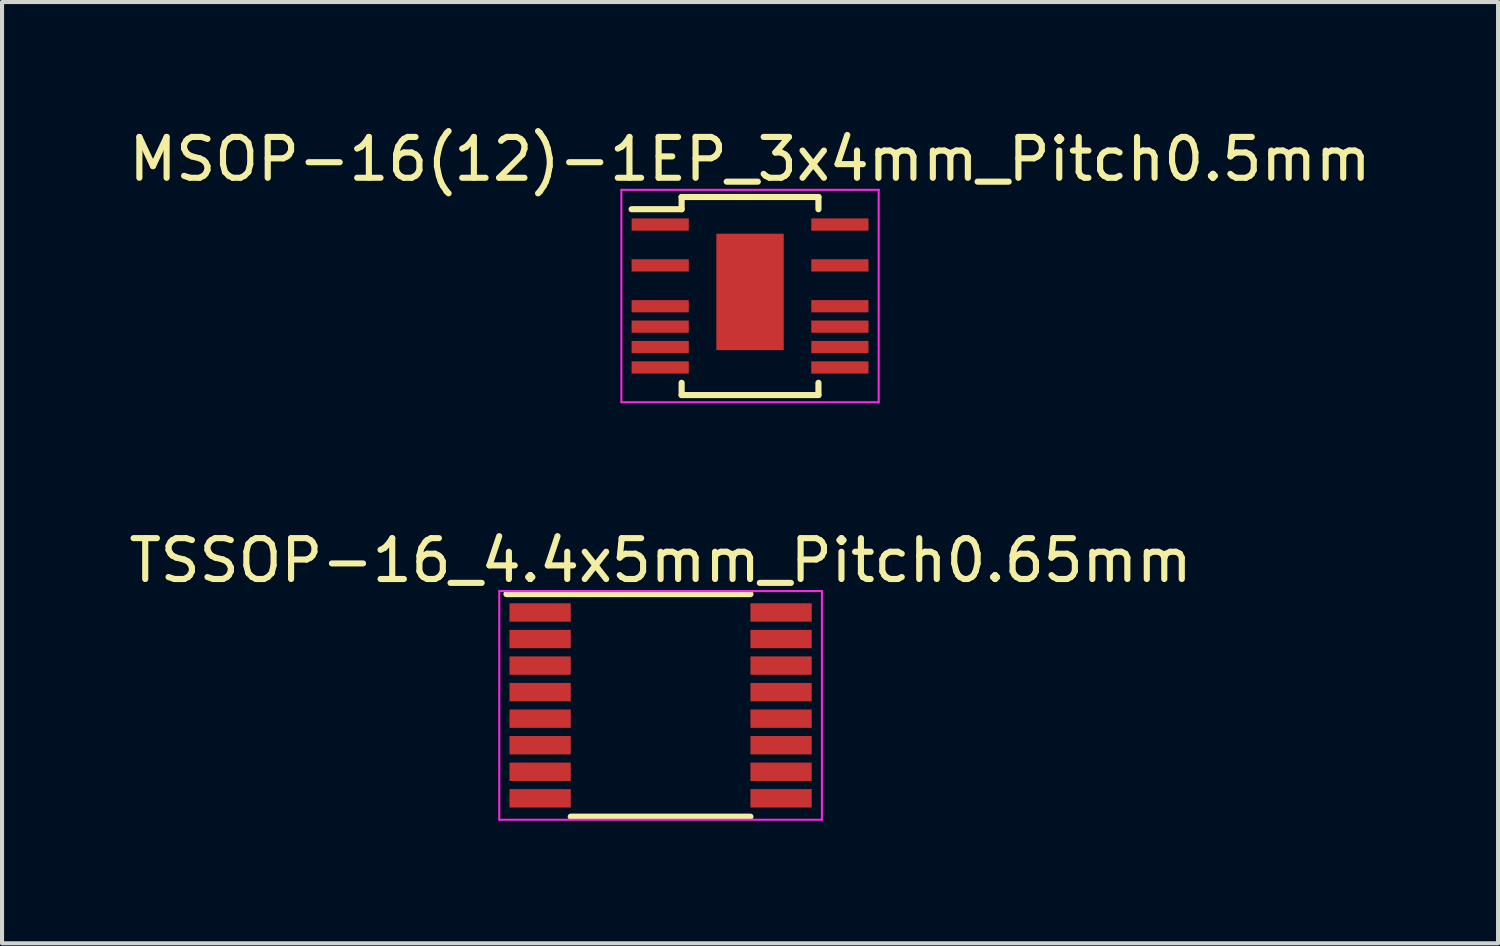
<source format=kicad_pcb>
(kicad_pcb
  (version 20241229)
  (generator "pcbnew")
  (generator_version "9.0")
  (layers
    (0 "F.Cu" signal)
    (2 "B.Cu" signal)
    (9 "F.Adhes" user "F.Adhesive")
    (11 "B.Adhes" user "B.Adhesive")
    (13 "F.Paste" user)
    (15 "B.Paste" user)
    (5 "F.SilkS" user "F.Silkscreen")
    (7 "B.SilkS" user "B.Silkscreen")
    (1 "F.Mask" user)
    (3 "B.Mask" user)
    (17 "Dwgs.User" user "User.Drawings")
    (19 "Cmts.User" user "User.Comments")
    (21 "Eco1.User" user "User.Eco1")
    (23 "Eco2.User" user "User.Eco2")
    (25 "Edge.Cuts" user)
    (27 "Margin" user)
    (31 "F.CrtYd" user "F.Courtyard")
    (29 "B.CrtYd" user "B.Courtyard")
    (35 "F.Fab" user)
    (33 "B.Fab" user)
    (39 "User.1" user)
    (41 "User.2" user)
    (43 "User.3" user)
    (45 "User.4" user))
  (footprint "TSSOP-16_4.4x5mm_Pitch0.65mm"
    (layer "F.Cu")
    (at 13.125 14.222)
    (property "Reference" "TSSOP-16_4.4x5mm_Pitch0.65mm" (at 0 -3.55 0) (layer "F.SilkS") (effects (font (size 1 1) (thickness 0.15))))
    (attr smd)
    (fp_line (start -3.775 -2.725) (end 2.2 -2.725) (stroke (width 0.15) (type solid)) (layer "F.SilkS"))
    (fp_line (start -2.2 2.725) (end 2.2 2.725) (stroke (width 0.15) (type solid)) (layer "F.SilkS"))
    (fp_line (start -3.95 -2.8) (end -3.95 2.8) (stroke (width 0.05) (type solid)) (layer "F.CrtYd"))
    (fp_line (start -3.95 -2.8) (end 3.95 -2.8) (stroke (width 0.05) (type solid)) (layer "F.CrtYd"))
    (fp_line (start -3.95 2.8) (end 3.95 2.8) (stroke (width 0.05) (type solid)) (layer "F.CrtYd"))
    (fp_line (start 3.95 -2.8) (end 3.95 2.8) (stroke (width 0.05) (type solid)) (layer "F.CrtYd"))
    (pad "1" smd rect (at -2.95 -2.275) (size 1.5 0.45) (layers "F.Cu" "F.Mask" "F.Paste"))
    (pad "2" smd rect (at -2.95 -1.625) (size 1.5 0.45) (layers "F.Cu" "F.Mask" "F.Paste"))
    (pad "3" smd rect (at -2.95 -0.975) (size 1.5 0.45) (layers "F.Cu" "F.Mask" "F.Paste"))
    (pad "4" smd rect (at -2.95 -0.325) (size 1.5 0.45) (layers "F.Cu" "F.Mask" "F.Paste"))
    (pad "5" smd rect (at -2.95 0.325) (size 1.5 0.45) (layers "F.Cu" "F.Mask" "F.Paste"))
    (pad "6" smd rect (at -2.95 0.975) (size 1.5 0.45) (layers "F.Cu" "F.Mask" "F.Paste"))
    (pad "7" smd rect (at -2.95 1.625) (size 1.5 0.45) (layers "F.Cu" "F.Mask" "F.Paste"))
    (pad "8" smd rect (at -2.95 2.275) (size 1.5 0.45) (layers "F.Cu" "F.Mask" "F.Paste"))
    (pad "9" smd rect (at 2.95 2.275) (size 1.5 0.45) (layers "F.Cu" "F.Mask" "F.Paste"))
    (pad "10" smd rect (at 2.95 1.625) (size 1.5 0.45) (layers "F.Cu" "F.Mask" "F.Paste"))
    (pad "11" smd rect (at 2.95 0.975) (size 1.5 0.45) (layers "F.Cu" "F.Mask" "F.Paste"))
    (pad "12" smd rect (at 2.95 0.325) (size 1.5 0.45) (layers "F.Cu" "F.Mask" "F.Paste"))
    (pad "13" smd rect (at 2.95 -0.325) (size 1.5 0.45) (layers "F.Cu" "F.Mask" "F.Paste"))
    (pad "14" smd rect (at 2.95 -0.975) (size 1.5 0.45) (layers "F.Cu" "F.Mask" "F.Paste"))
    (pad "15" smd rect (at 2.95 -1.625) (size 1.5 0.45) (layers "F.Cu" "F.Mask" "F.Paste"))
    (pad "16" smd rect (at 2.95 -2.275) (size 1.5 0.45) (layers "F.Cu" "F.Mask" "F.Paste")))
  (footprint "MSOP-16(12)-1EP_3x4mm_Pitch0.5mm"
    (layer "F.Cu")
    (at 15.315 4.198)
    (property "Reference" "MSOP-16(12)-1EP_3x4mm_Pitch0.5mm" (at 0 -3.35 0) (layer "F.SilkS") (effects (font (size 1 1) (thickness 0.15))))
    (attr smd)
    (fp_line (start -1.675 -2.425) (end -1.675 -2.125) (stroke (width 0.15) (type solid)) (layer "F.SilkS"))
    (fp_line (start -1.675 -2.425) (end 1.675 -2.425) (stroke (width 0.15) (type solid)) (layer "F.SilkS"))
    (fp_line (start -1.675 -2.125) (end -2.9 -2.125) (stroke (width 0.15) (type solid)) (layer "F.SilkS"))
    (fp_line (start -1.675 2.425) (end -1.675 2.125) (stroke (width 0.15) (type solid)) (layer "F.SilkS"))
    (fp_line (start -1.675 2.425) (end 1.675 2.425) (stroke (width 0.15) (type solid)) (layer "F.SilkS"))
    (fp_line (start 1.675 -2.425) (end 1.675 -2.125) (stroke (width 0.15) (type solid)) (layer "F.SilkS"))
    (fp_line (start 1.675 2.425) (end 1.675 2.125) (stroke (width 0.15) (type solid)) (layer "F.SilkS"))
    (fp_line (start -3.15 -2.6) (end -3.15 2.6) (stroke (width 0.05) (type solid)) (layer "F.CrtYd"))
    (fp_line (start -3.15 -2.6) (end 3.15 -2.6) (stroke (width 0.05) (type solid)) (layer "F.CrtYd"))
    (fp_line (start -3.15 2.6) (end 3.15 2.6) (stroke (width 0.05) (type solid)) (layer "F.CrtYd"))
    (fp_line (start 3.15 -2.6) (end 3.15 2.6) (stroke (width 0.05) (type solid)) (layer "F.CrtYd"))
    (pad "1" smd rect (at -2.2 -1.75) (size 1.4 0.3) (layers "F.Cu" "F.Mask" "F.Paste"))
    (pad "3" smd rect (at -2.2 -0.75) (size 1.4 0.3) (layers "F.Cu" "F.Mask" "F.Paste"))
    (pad "5" smd rect (at -2.2 0.25) (size 1.4 0.3) (layers "F.Cu" "F.Mask" "F.Paste"))
    (pad "6" smd rect (at -2.2 0.75) (size 1.4 0.3) (layers "F.Cu" "F.Mask" "F.Paste"))
    (pad "7" smd rect (at -2.2 1.25) (size 1.4 0.3) (layers "F.Cu" "F.Mask" "F.Paste"))
    (pad "8" smd rect (at -2.2 1.75) (size 1.4 0.3) (layers "F.Cu" "F.Mask" "F.Paste"))
    (pad "9" smd rect (at 2.2 1.75) (size 1.4 0.3) (layers "F.Cu" "F.Mask" "F.Paste"))
    (pad "10" smd rect (at 2.2 1.25) (size 1.4 0.3) (layers "F.Cu" "F.Mask" "F.Paste"))
    (pad "11" smd rect (at 2.2 0.75) (size 1.4 0.3) (layers "F.Cu" "F.Mask" "F.Paste"))
    (pad "12" smd rect (at 2.2 0.25) (size 1.4 0.3) (layers "F.Cu" "F.Mask" "F.Paste"))
    (pad "14" smd rect (at 2.2 -0.75) (size 1.4 0.3) (layers "F.Cu" "F.Mask" "F.Paste"))
    (pad "16" smd rect (at 2.2 -1.75) (size 1.4 0.3) (layers "F.Cu" "F.Mask" "F.Paste"))
    (pad "17" smd rect (at 0 -0.1) (size 1.65 2.85) (layers "F.Cu" "F.Mask" "F.Paste")))
  (gr_rect
    (start -3 -3)
    (end 33.631 20.047)
    (stroke (width 0.1) (type default))
    (fill no)
    (layer "Edge.Cuts")))
</source>
